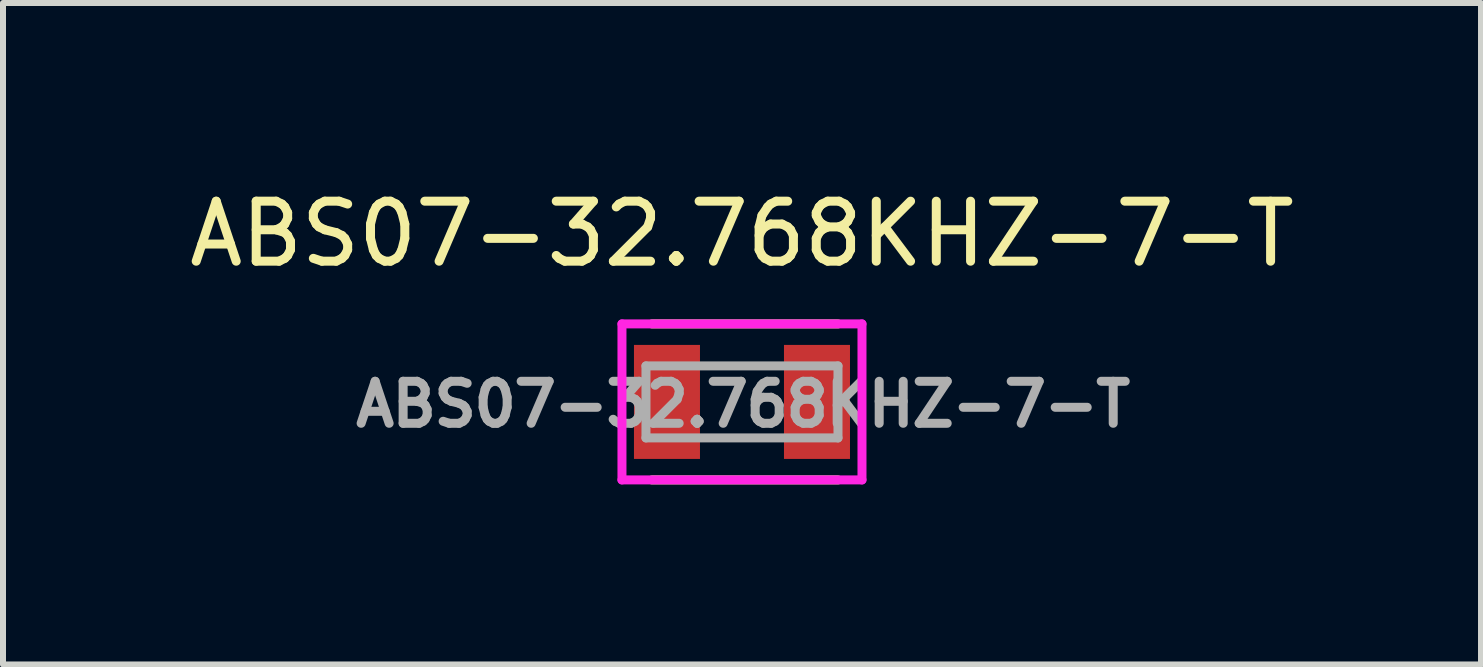
<source format=kicad_pcb>
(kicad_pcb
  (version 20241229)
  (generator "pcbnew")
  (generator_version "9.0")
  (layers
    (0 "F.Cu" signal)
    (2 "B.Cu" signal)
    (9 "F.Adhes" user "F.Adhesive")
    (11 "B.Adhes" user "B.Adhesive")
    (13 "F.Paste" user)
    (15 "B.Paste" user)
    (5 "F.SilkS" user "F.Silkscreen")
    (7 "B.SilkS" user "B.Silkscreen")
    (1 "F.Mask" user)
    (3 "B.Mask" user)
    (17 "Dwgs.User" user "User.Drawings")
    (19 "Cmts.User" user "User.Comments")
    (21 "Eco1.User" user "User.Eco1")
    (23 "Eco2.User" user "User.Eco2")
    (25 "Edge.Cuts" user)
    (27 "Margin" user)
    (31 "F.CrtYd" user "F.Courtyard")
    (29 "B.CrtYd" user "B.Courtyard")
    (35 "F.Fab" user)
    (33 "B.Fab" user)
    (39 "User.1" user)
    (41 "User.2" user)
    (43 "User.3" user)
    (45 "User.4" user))
  (footprint "ABS07-32.768KHZ-7-T"
    (layer "F.Cu")
    (at 9.315 3.648)
    (property "Reference" "ABS07-32.768KHZ-7-T" (at 0 -2.8 0) (layer "F.SilkS") (effects (font (size 1 1) (thickness 0.15))))
    (attr smd)
    (fp_line (start -1.5 -1.3) (end 1.6 -1.3) (stroke (width 0.15) (type solid)) (layer "F.SilkS"))
    (fp_line (start -1.5 1.3) (end 1.6 1.3) (stroke (width 0.15) (type solid)) (layer "F.SilkS"))
    (fp_line (start -2 -1.3) (end 2 -1.3) (stroke (width 0.15) (type solid)) (layer "F.CrtYd"))
    (fp_line (start -2 1.3) (end -2 -1.3) (stroke (width 0.15) (type solid)) (layer "F.CrtYd"))
    (fp_line (start 2 -1.3) (end 2 1.3) (stroke (width 0.15) (type solid)) (layer "F.CrtYd"))
    (fp_line (start 2 1.3) (end -2 1.3) (stroke (width 0.15) (type solid)) (layer "F.CrtYd"))
    (fp_line (start -1.6 -0.6) (end -1.6 0.6) (stroke (width 0.15) (type solid)) (layer "F.Fab"))
    (fp_line (start -1.6 -0.6) (end 1.6 -0.6) (stroke (width 0.15) (type solid)) (layer "F.Fab"))
    (fp_line (start 1.6 -0.6) (end 1.6 0.6) (stroke (width 0.15) (type solid)) (layer "F.Fab"))
    (fp_line (start 1.6 0.6) (end -1.6 0.6) (stroke (width 0.15) (type solid)) (layer "F.Fab"))
    (fp_text user "${REFERENCE}" (at 0.02 0.04 0) (layer "F.Fab") (effects (font (size 0.7 0.7) (thickness 0.15))))
    (pad "1" smd rect (at -1.25 0) (size 1.1 1.9) (layers "F.Cu" "F.Mask" "F.Paste"))
    (pad "2" smd rect (at 1.25 0) (size 1.1 1.9) (layers "F.Cu" "F.Mask" "F.Paste")))
  (gr_rect
    (start -3 -3)
    (end 21.631 8.023)
    (stroke (width 0.1) (type default))
    (fill no)
    (layer "Edge.Cuts")))
</source>
